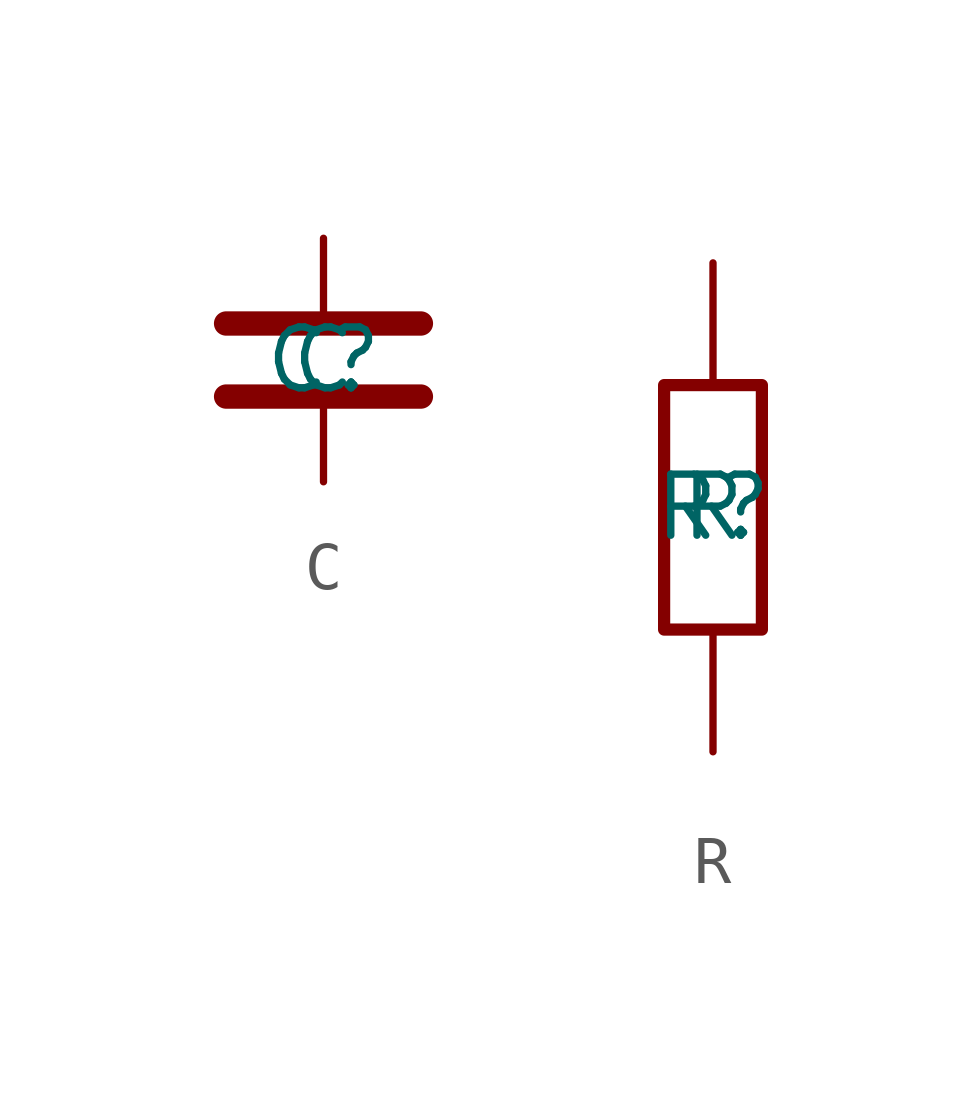
<source format=kicad_sym>
(kicad_symbol_lib
  (version 20211014)
  (generator kicad_symbol_editor)
  (symbol "C"
    (pin_numbers hide)
    (pin_names hide)
    (property "Reference" "C"
      (at 0 0 0)
      (effects (font (size 1.27 1.27))))
    (property "Value" "C"
      (at 0 0 0)
      (effects (font (size 1.27 1.27))))
    (symbol "C_0_1"
      (polyline (pts (xy -2.032 -0.762) (xy 2.032 -0.762)) (stroke (width 0.508) (type default) (color 0 0 0 0)) (fill (type none)))
      (polyline (pts (xy -2.032 0.762) (xy 2.032 0.762)) (stroke (width 0.508) (type default) (color 0 0 0 0)) (fill (type none))))
    (symbol "C_1_1"
      (pin passive line (at 0 2.54 270) (length 1.524) (name "~" (effects (font (size 1.27 1.27)))) (number "1" (effects (font (size 1.27 1.27)))))
      (pin passive line (at 0 -2.54 90) (length 1.524) (name "~" (effects (font (size 1.27 1.27)))) (number "2" (effects (font (size 1.27 1.27)))))))
  (symbol "R"
    (pin_numbers hide)
    (pin_names hide)
    (property "Reference" "R"
      (at 0 0 0)
      (effects (font (size 1.27 1.27))))
    (property "Value" "R"
      (at 0 0 0)
      (effects (font (size 1.27 1.27))))
    (symbol "R_0_1"
      (rectangle (start -1.016 -2.54) (end 1.016 2.54) (stroke (width 0.254) (type default) (color 0 0 0 0)) (fill (type none))))
    (symbol "R_1_1"
      (pin passive line (at 0 5.08 270) (length 2.54) (name "~" (effects (font (size 1.27 1.27)))) (number "1" (effects (font (size 1.27 1.27)))))
      (pin passive line (at 0 -5.08 90) (length 2.54) (name "~" (effects (font (size 1.27 1.27)))) (number "2" (effects (font (size 1.27 1.27))))))))
</source>
